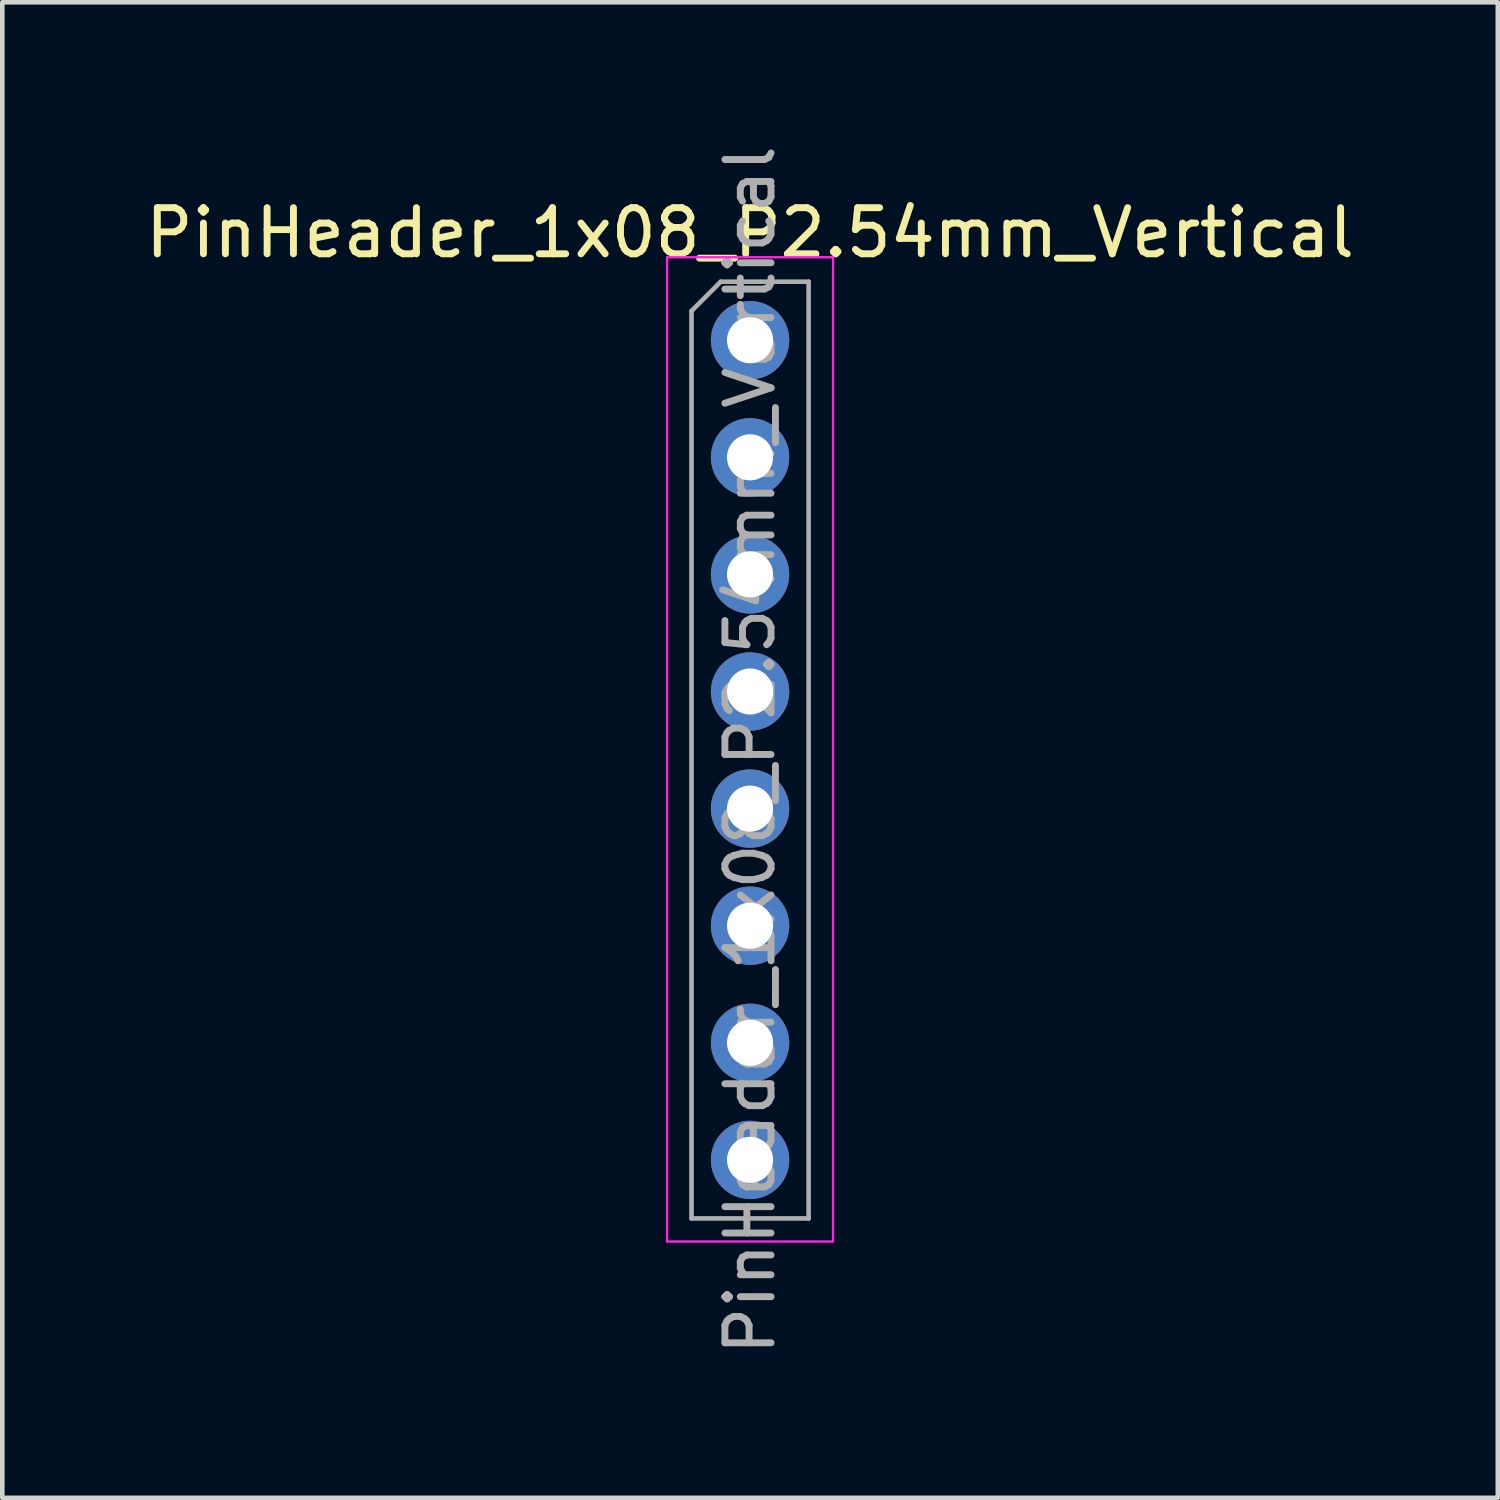
<source format=kicad_pcb>
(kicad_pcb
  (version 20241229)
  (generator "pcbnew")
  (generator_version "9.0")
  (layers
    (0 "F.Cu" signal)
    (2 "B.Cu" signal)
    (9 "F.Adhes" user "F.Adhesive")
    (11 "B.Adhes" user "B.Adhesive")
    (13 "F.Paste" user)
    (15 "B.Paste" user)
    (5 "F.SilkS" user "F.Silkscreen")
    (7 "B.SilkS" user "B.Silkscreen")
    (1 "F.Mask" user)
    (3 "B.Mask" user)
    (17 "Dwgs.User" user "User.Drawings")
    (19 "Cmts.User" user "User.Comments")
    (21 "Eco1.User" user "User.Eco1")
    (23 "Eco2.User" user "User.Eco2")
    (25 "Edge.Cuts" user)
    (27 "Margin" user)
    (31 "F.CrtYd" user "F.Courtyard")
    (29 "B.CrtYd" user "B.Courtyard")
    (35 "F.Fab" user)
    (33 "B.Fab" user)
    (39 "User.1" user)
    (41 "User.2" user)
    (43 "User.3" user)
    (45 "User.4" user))
  (footprint "PinHeader_1x08_P2.54mm_Vertical"
    (layer "F.Cu")
    (at 13.22 4.33)
    (property "Reference" "PinHeader_1x08_P2.54mm_Vertical" (at 0 -2.33 0) (layer "F.SilkS") (effects (font (size 1 1) (thickness 0.15))))
    (attr through_hole)
    (fp_line (start -1.8 -1.8) (end -1.8 19.55) (stroke (width 0.05) (type solid)) (layer "F.CrtYd"))
    (fp_line (start -1.8 19.55) (end 1.8 19.55) (stroke (width 0.05) (type solid)) (layer "F.CrtYd"))
    (fp_line (start 1.8 -1.8) (end -1.8 -1.8) (stroke (width 0.05) (type solid)) (layer "F.CrtYd"))
    (fp_line (start 1.8 19.55) (end 1.8 -1.8) (stroke (width 0.05) (type solid)) (layer "F.CrtYd"))
    (fp_line (start -1.27 -0.635) (end -0.635 -1.27) (stroke (width 0.1) (type solid)) (layer "F.Fab"))
    (fp_line (start -1.27 19.05) (end -1.27 -0.635) (stroke (width 0.1) (type solid)) (layer "F.Fab"))
    (fp_line (start -0.635 -1.27) (end 1.27 -1.27) (stroke (width 0.1) (type solid)) (layer "F.Fab"))
    (fp_line (start 1.27 -1.27) (end 1.27 19.05) (stroke (width 0.1) (type solid)) (layer "F.Fab"))
    (fp_line (start 1.27 19.05) (end -1.27 19.05) (stroke (width 0.1) (type solid)) (layer "F.Fab"))
    (fp_text user "${REFERENCE}" (at 0 8.89 90) (layer "F.Fab") (effects (font (size 1 1) (thickness 0.15))))
    (pad "1" thru_hole circle (at 0 0) (size 1.7 1.7) (drill 1) (layers "*.Cu" "*.Mask"))
    (pad "2" thru_hole oval (at 0 2.54) (size 1.7 1.7) (drill 1) (layers "*.Cu" "*.Mask"))
    (pad "3" thru_hole oval (at 0 5.08) (size 1.7 1.7) (drill 1) (layers "*.Cu" "*.Mask"))
    (pad "4" thru_hole oval (at 0 7.62) (size 1.7 1.7) (drill 1) (layers "*.Cu" "*.Mask"))
    (pad "5" thru_hole oval (at 0 10.16) (size 1.7 1.7) (drill 1) (layers "*.Cu" "*.Mask"))
    (pad "6" thru_hole oval (at 0 12.7) (size 1.7 1.7) (drill 1) (layers "*.Cu" "*.Mask"))
    (pad "7" thru_hole oval (at 0 15.24) (size 1.7 1.7) (drill 1) (layers "*.Cu" "*.Mask"))
    (pad "8" thru_hole oval (at 0 17.78) (size 1.7 1.7) (drill 1) (layers "*.Cu" "*.Mask")))
  (gr_rect
    (start -3 -3)
    (end 29.44 29.44)
    (stroke (width 0.1) (type default))
    (fill no)
    (layer "Edge.Cuts")))
</source>
